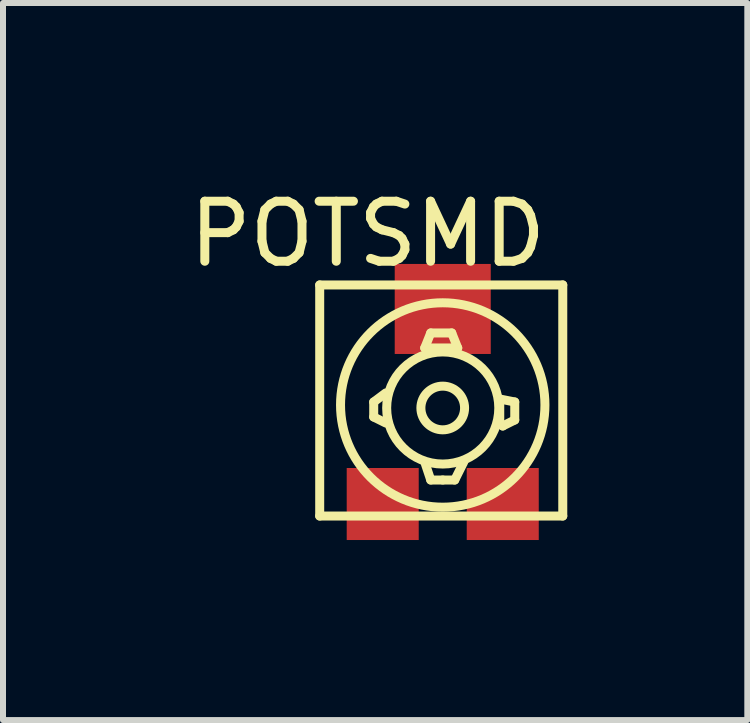
<source format=kicad_pcb>
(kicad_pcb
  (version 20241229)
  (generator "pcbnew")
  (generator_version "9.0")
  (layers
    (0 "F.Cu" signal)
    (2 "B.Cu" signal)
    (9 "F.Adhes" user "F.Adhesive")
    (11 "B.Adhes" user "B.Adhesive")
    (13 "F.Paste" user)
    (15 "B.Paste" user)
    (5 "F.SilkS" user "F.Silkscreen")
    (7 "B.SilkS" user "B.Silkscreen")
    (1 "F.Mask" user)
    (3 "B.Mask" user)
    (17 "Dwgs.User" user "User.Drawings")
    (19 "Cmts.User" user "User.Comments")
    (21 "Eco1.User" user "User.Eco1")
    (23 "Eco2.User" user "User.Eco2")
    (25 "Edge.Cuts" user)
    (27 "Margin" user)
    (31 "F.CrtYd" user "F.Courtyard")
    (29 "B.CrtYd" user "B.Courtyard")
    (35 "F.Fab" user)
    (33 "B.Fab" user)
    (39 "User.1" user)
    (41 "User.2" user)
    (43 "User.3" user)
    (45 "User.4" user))
  (footprint "POTSMD"
    (layer "F.Cu")
    (at 4.327 3.748)
    (property "Reference" "POTSMD" (at -1.25 -2.9 0) (layer "F.SilkS") (effects (font (size 1 1) (thickness 0.15))))
    (attr through_hole)
    (fp_line (start -2.05 -2.05) (end -2.05 1.8) (stroke (width 0.15) (type solid)) (layer "F.SilkS"))
    (fp_line (start -2.05 -2.05) (end 2 -2.05) (stroke (width 0.15) (type solid)) (layer "F.SilkS"))
    (fp_line (start -1.15 -0.1) (end -1.15 0.15) (stroke (width 0.15) (type solid)) (layer "F.SilkS"))
    (fp_line (start -1.15 0.15) (end -0.95 0.25) (stroke (width 0.15) (type solid)) (layer "F.SilkS"))
    (fp_line (start -0.95 -0.25) (end -1.15 -0.1) (stroke (width 0.15) (type solid)) (layer "F.SilkS"))
    (fp_line (start -0.3 -1) (end 0.25 -1) (stroke (width 0.15) (type solid)) (layer "F.SilkS"))
    (fp_line (start -0.2 -1.25) (end -0.3 -1) (stroke (width 0.15) (type solid)) (layer "F.SilkS"))
    (fp_line (start -0.2 -1.25) (end 0.15 -1.25) (stroke (width 0.15) (type solid)) (layer "F.SilkS"))
    (fp_line (start -0.2 1.2) (end -0.3 0.9) (stroke (width 0.15) (type solid)) (layer "F.SilkS"))
    (fp_line (start 0 1.2) (end -0.2 1.2) (stroke (width 0.15) (type solid)) (layer "F.SilkS"))
    (fp_line (start 0 1.2) (end 0.2 1.2) (stroke (width 0.15) (type solid)) (layer "F.SilkS"))
    (fp_line (start 0.15 -1.25) (end 0.25 -1) (stroke (width 0.15) (type solid)) (layer "F.SilkS"))
    (fp_line (start 0.2 1.2) (end 0.35 0.9) (stroke (width 0.15) (type solid)) (layer "F.SilkS"))
    (fp_line (start 0.95 -0.15) (end 1.2 -0.1) (stroke (width 0.15) (type solid)) (layer "F.SilkS"))
    (fp_line (start 0.95 0.25) (end 0.95 -0.1) (stroke (width 0.15) (type solid)) (layer "F.SilkS"))
    (fp_line (start 1 0.3) (end 0.95 0.25) (stroke (width 0.15) (type solid)) (layer "F.SilkS"))
    (fp_line (start 1.2 -0.1) (end 1.2 0.2) (stroke (width 0.15) (type solid)) (layer "F.SilkS"))
    (fp_line (start 1.2 0.2) (end 1 0.3) (stroke (width 0.15) (type solid)) (layer "F.SilkS"))
    (fp_line (start 2 1.8) (end -2.05 1.8) (stroke (width 0.15) (type solid)) (layer "F.SilkS"))
    (fp_line (start 2 1.8) (end 2 -2.05) (stroke (width 0.15) (type solid)) (layer "F.SilkS"))
    (fp_circle (center 0 -0.05) (end 0.1 -1.75) (stroke (width 0.15) (type solid)) (fill no) (layer "F.SilkS"))
    (fp_circle (center 0 0) (end -0.1 -0.35) (stroke (width 0.15) (type solid)) (fill no) (layer "F.SilkS"))
    (fp_circle (center 0 0) (end 0.25 0.9) (stroke (width 0.15) (type solid)) (fill no) (layer "F.SilkS"))
    (pad "1" smd rect (at -1 1.6) (size 1.2 1.2) (layers "F.Cu" "F.Mask" "F.Paste"))
    (pad "2" smd rect (at 0 -1.65) (size 1.6 1.5) (layers "F.Cu" "F.Mask" "F.Paste"))
    (pad "3" smd rect (at 1 1.6) (size 1.2 1.2) (layers "F.Cu" "F.Mask" "F.Paste")))
  (gr_rect
    (start -3 -3)
    (end 9.402 8.948)
    (stroke (width 0.1) (type default))
    (fill no)
    (layer "Edge.Cuts")))
</source>
